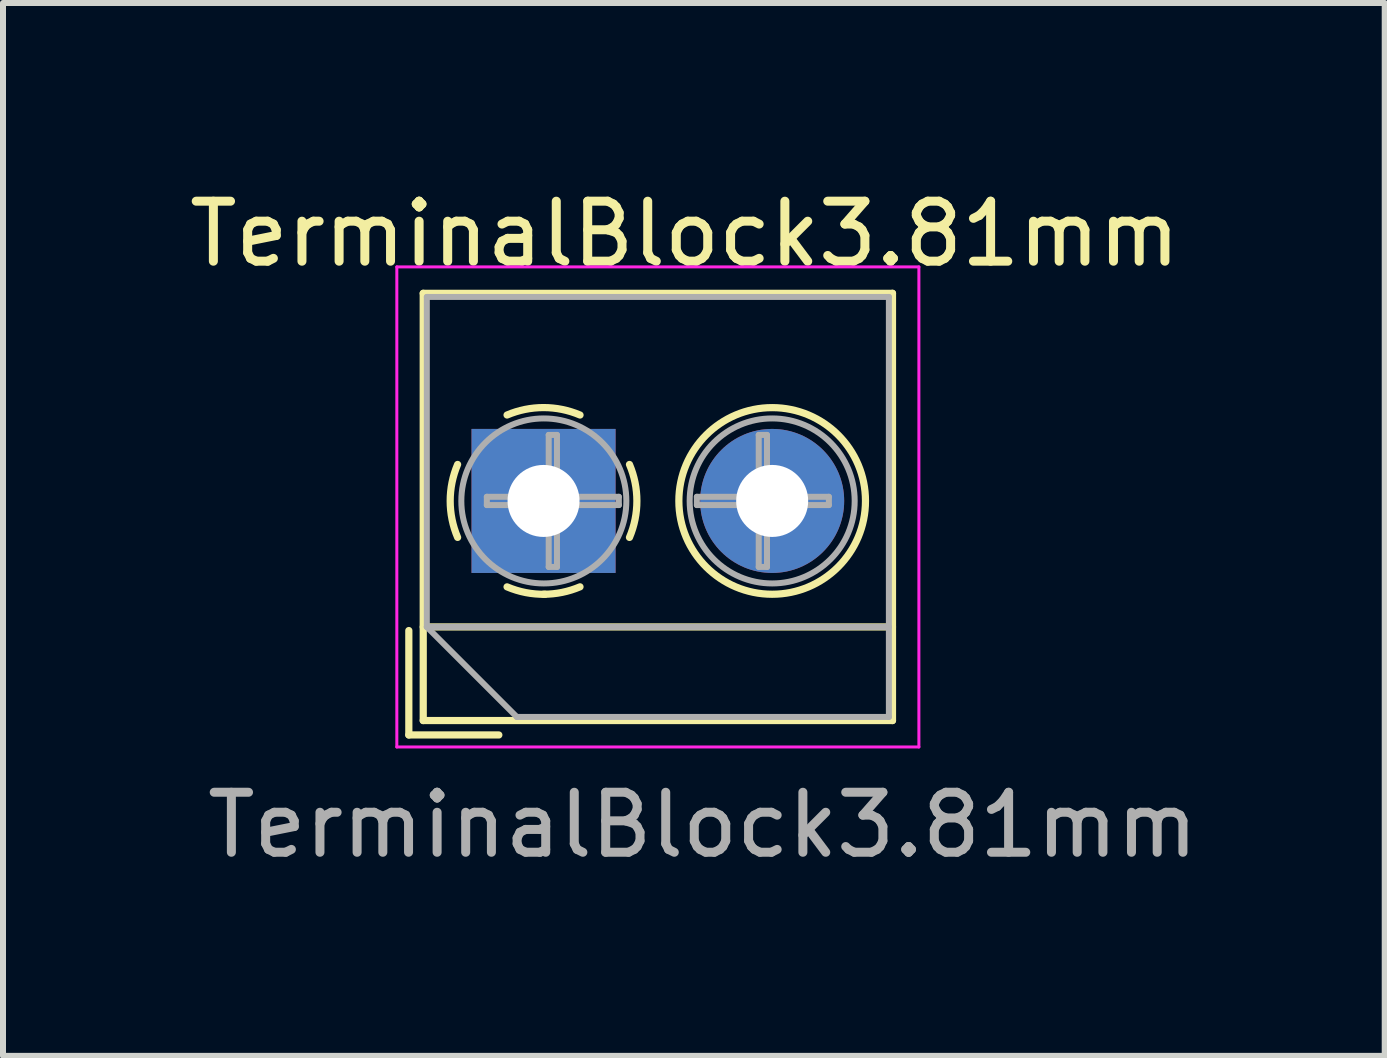
<source format=kicad_pcb>
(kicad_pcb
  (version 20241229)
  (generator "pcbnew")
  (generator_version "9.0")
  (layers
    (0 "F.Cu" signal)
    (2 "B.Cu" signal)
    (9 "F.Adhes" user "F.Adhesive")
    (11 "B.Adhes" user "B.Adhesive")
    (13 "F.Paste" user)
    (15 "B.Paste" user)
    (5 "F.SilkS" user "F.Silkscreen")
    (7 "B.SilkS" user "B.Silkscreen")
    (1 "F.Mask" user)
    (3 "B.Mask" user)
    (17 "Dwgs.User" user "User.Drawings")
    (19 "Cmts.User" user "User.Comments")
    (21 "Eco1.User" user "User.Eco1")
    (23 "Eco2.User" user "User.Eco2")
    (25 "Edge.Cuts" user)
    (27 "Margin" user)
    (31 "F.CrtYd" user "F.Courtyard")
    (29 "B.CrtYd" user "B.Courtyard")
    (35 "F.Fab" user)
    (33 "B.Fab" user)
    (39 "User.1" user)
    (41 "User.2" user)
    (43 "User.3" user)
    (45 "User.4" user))
  (footprint "TerminalBlock3.81mm"
    (layer "F.Cu")
    (at 8.563 5.398)
    (property "Reference" "TerminalBlock3.81mm" (at -0.2 -4.55 0) (unlocked yes) (layer "F.SilkS") (effects (font (size 1 1) (thickness 0.15))))
    (attr through_hole)
    (fp_line (start -4.8 2.06) (end -4.8 3.8) (stroke (width 0.12) (type solid)) (layer "F.SilkS"))
    (fp_line (start -4.8 3.8) (end -3.3 3.8) (stroke (width 0.12) (type solid)) (layer "F.SilkS"))
    (fp_line (start -4.56 -3.56) (end -4.56 3.56) (stroke (width 0.12) (type solid)) (layer "F.SilkS"))
    (fp_line (start -4.56 -3.56) (end 3.26 -3.56) (stroke (width 0.12) (type solid)) (layer "F.SilkS"))
    (fp_line (start -4.56 2) (end 3.26 2) (stroke (width 0.12) (type solid)) (layer "F.SilkS"))
    (fp_line (start -4.56 3.56) (end 3.26 3.56) (stroke (width 0.12) (type solid)) (layer "F.SilkS"))
    (fp_line (start 3.26 -3.56) (end 3.26 3.56) (stroke (width 0.12) (type solid)) (layer "F.SilkS"))
    (fp_arc (start -3.987 0.507742) (mid -4.110673 -0.100129) (end -3.987 -0.708) (stroke (width 0.12) (type solid)) (layer "F.SilkS"))
    (fp_arc (start -3.163 -1.532109) (mid -2.554989 -1.655754) (end -1.947 -1.532) (stroke (width 0.12) (type solid)) (layer "F.SilkS"))
    (fp_arc (start -2.528 1.455493) (mid -2.85199 1.427117) (end -3.163 1.332) (stroke (width 0.12) (type solid)) (layer "F.SilkS"))
    (fp_arc (start -1.947413 1.331385) (mid -2.244983 1.423783) (end -2.555 1.455) (stroke (width 0.12) (type solid)) (layer "F.SilkS"))
    (fp_arc (start -1.123 -0.707742) (mid -0.999327 -0.099871) (end -1.123 0.508) (stroke (width 0.12) (type solid)) (layer "F.SilkS"))
    (fp_circle (center 1.255 -0.1) (end 2.81 -0.1) (stroke (width 0.12) (type solid)) (fill no) (layer "F.SilkS"))
    (fp_line (start -5 -4) (end -5 4) (stroke (width 0.05) (type solid)) (layer "F.CrtYd"))
    (fp_line (start -5 4) (end 3.7 4) (stroke (width 0.05) (type solid)) (layer "F.CrtYd"))
    (fp_line (start 3.7 -4) (end -5 -4) (stroke (width 0.05) (type solid)) (layer "F.CrtYd"))
    (fp_line (start 3.7 4) (end 3.7 -4) (stroke (width 0.05) (type solid)) (layer "F.CrtYd"))
    (fp_line (start -4.5 -3.5) (end 3.2 -3.5) (stroke (width 0.1) (type solid)) (layer "F.Fab"))
    (fp_line (start -4.5 2) (end -4.5 -3.5) (stroke (width 0.1) (type solid)) (layer "F.Fab"))
    (fp_line (start -4.5 2) (end 3.2 2) (stroke (width 0.1) (type solid)) (layer "F.Fab"))
    (fp_line (start -3.5 -0.169) (end -2.469 -0.169) (stroke (width 0.1) (type solid)) (layer "F.Fab"))
    (fp_line (start -3.5 -0.031) (end -3.5 -0.169) (stroke (width 0.1) (type solid)) (layer "F.Fab"))
    (fp_line (start -3 3.5) (end -4.5 2) (stroke (width 0.1) (type solid)) (layer "F.Fab"))
    (fp_line (start -2.469 -1.2) (end -2.331 -1.2) (stroke (width 0.1) (type solid)) (layer "F.Fab"))
    (fp_line (start -2.469 -0.169) (end -2.469 -1.2) (stroke (width 0.1) (type solid)) (layer "F.Fab"))
    (fp_line (start -2.469 -0.031) (end -3.5 -0.031) (stroke (width 0.1) (type solid)) (layer "F.Fab"))
    (fp_line (start -2.469 1) (end -2.469 -0.031) (stroke (width 0.1) (type solid)) (layer "F.Fab"))
    (fp_line (start -2.331 -1.2) (end -2.331 -0.169) (stroke (width 0.1) (type solid)) (layer "F.Fab"))
    (fp_line (start -2.331 -0.169) (end -1.3 -0.169) (stroke (width 0.1) (type solid)) (layer "F.Fab"))
    (fp_line (start -2.331 -0.031) (end -2.331 1) (stroke (width 0.1) (type solid)) (layer "F.Fab"))
    (fp_line (start -2.331 1) (end -2.469 1) (stroke (width 0.1) (type solid)) (layer "F.Fab"))
    (fp_line (start -1.3 -0.169) (end -1.3 -0.031) (stroke (width 0.1) (type solid)) (layer "F.Fab"))
    (fp_line (start -1.3 -0.031) (end -2.331 -0.031) (stroke (width 0.1) (type solid)) (layer "F.Fab"))
    (fp_line (start 0 -0.169) (end 1.031 -0.169) (stroke (width 0.1) (type solid)) (layer "F.Fab"))
    (fp_line (start 0 -0.031) (end 0 -0.169) (stroke (width 0.1) (type solid)) (layer "F.Fab"))
    (fp_line (start 1.031 -1.2) (end 1.169 -1.2) (stroke (width 0.1) (type solid)) (layer "F.Fab"))
    (fp_line (start 1.031 -0.169) (end 1.031 -1.2) (stroke (width 0.1) (type solid)) (layer "F.Fab"))
    (fp_line (start 1.031 -0.031) (end 0 -0.031) (stroke (width 0.1) (type solid)) (layer "F.Fab"))
    (fp_line (start 1.031 1) (end 1.031 -0.031) (stroke (width 0.1) (type solid)) (layer "F.Fab"))
    (fp_line (start 1.169 -1.2) (end 1.169 -0.169) (stroke (width 0.1) (type solid)) (layer "F.Fab"))
    (fp_line (start 1.169 -0.169) (end 2.2 -0.169) (stroke (width 0.1) (type solid)) (layer "F.Fab"))
    (fp_line (start 1.169 -0.031) (end 1.169 1) (stroke (width 0.1) (type solid)) (layer "F.Fab"))
    (fp_line (start 1.169 1) (end 1.031 1) (stroke (width 0.1) (type solid)) (layer "F.Fab"))
    (fp_line (start 2.2 -0.169) (end 2.2 -0.031) (stroke (width 0.1) (type solid)) (layer "F.Fab"))
    (fp_line (start 2.2 -0.031) (end 1.169 -0.031) (stroke (width 0.1) (type solid)) (layer "F.Fab"))
    (fp_line (start 3.2 -3.5) (end 3.2 3.5) (stroke (width 0.1) (type solid)) (layer "F.Fab"))
    (fp_line (start 3.2 3.5) (end -3 3.5) (stroke (width 0.1) (type solid)) (layer "F.Fab"))
    (fp_circle (center -2.55 -0.1) (end -1.175 -0.1) (stroke (width 0.1) (type solid)) (fill no) (layer "F.Fab"))
    (fp_circle (center 1.255 -0.1) (end 2.63 -0.1) (stroke (width 0.1) (type solid)) (fill no) (layer "F.Fab"))
    (fp_text user "${REFERENCE}" (at 0.1 5.3 0) (unlocked yes) (layer "F.Fab") (effects (font (size 1 1) (thickness 0.15))))
    (pad "1" thru_hole rect (at -2.555 -0.1) (size 2.4 2.4) (drill 1.2) (layers "*.Cu" "*.Mask"))
    (pad "2" thru_hole circle (at 1.255 -0.1) (size 2.4 2.4) (drill 1.2) (layers "*.Cu" "*.Mask")))
  (gr_rect
    (start -3 -3)
    (end 20.026 14.546)
    (stroke (width 0.1) (type default))
    (fill no)
    (layer "Edge.Cuts")))
</source>
